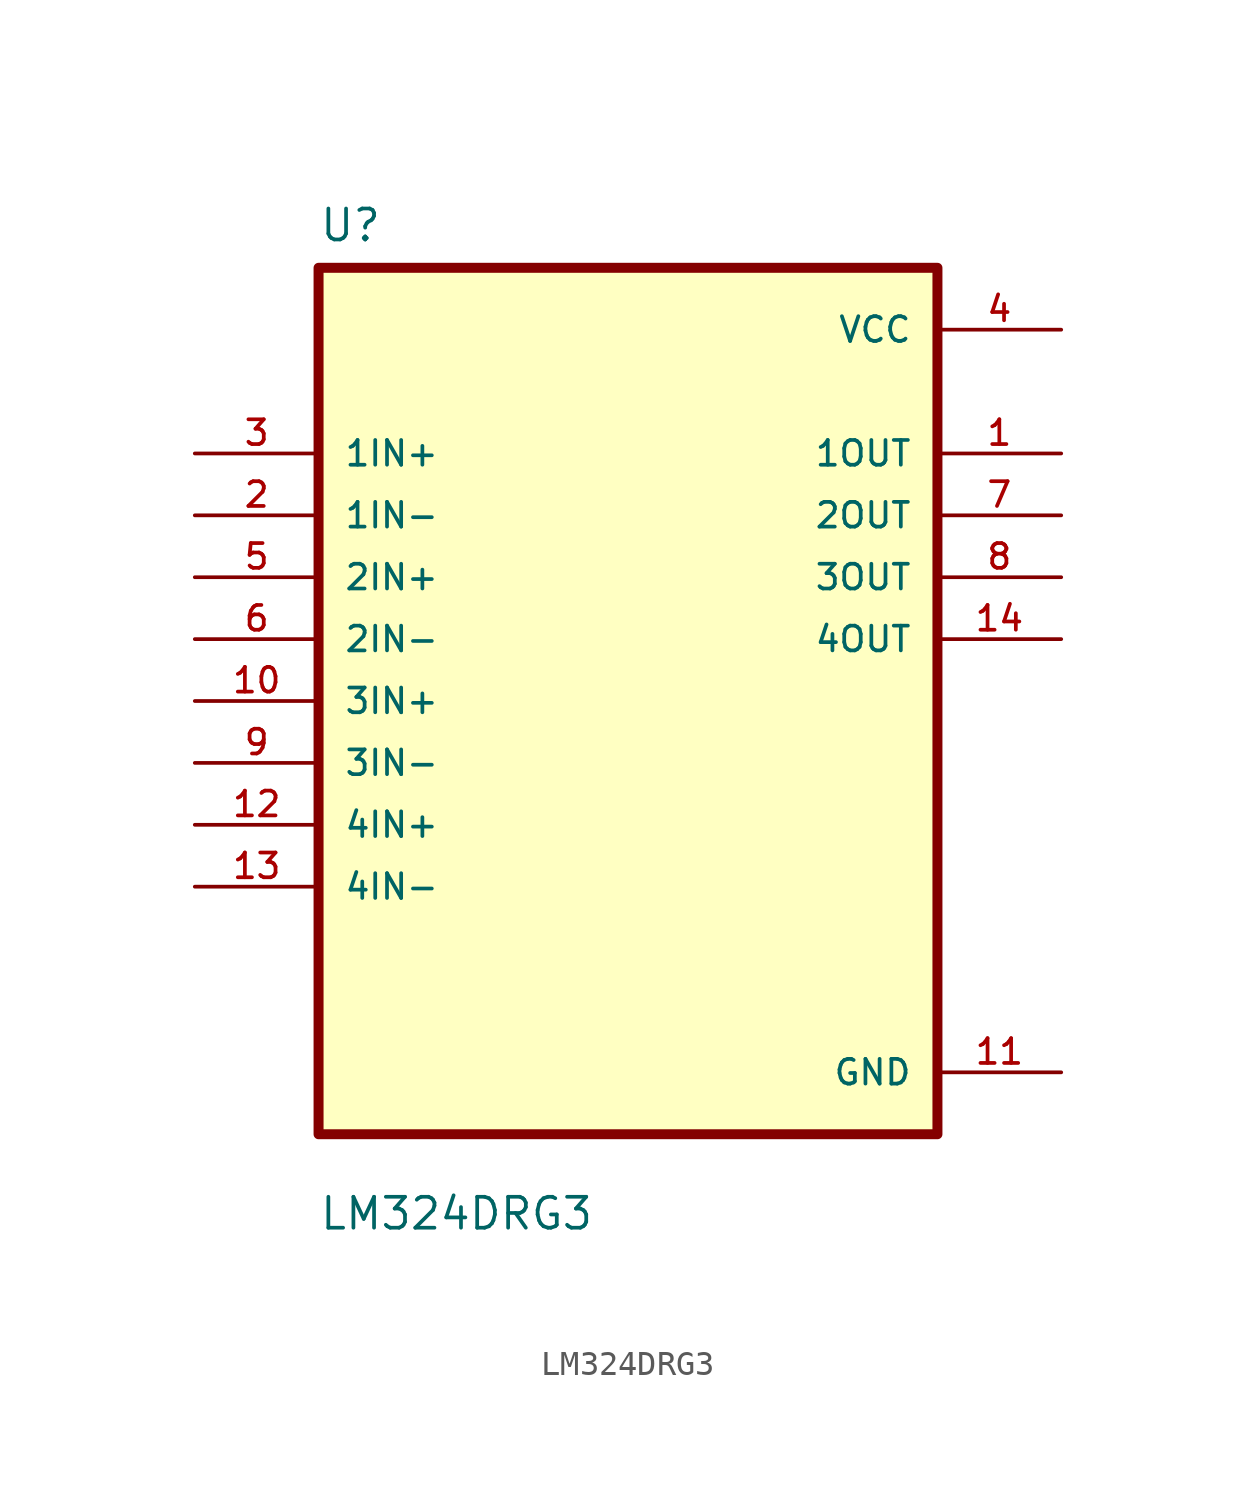
<source format=kicad_sym>
(kicad_symbol_lib
  (version 20211014)
  (generator kicad_symbol_editor)
  (symbol "LM324DRG3"
    (pin_names
      (offset 1.016))
    (property "Reference" "U"
      (at -12.7 18.78 0.0)
      (effects (font (size 1.27 1.27)) (justify bottom left)))
    (property "Value" "LM324DRG3"
      (at -12.7 -21.78 0.0)
      (effects (font (size 1.27 1.27)) (justify bottom left)))
    (symbol "LM324DRG3_0_0"
      (rectangle (start -12.7 -17.78) (end 12.7 17.78) (stroke (width 0.41)) (fill (type background)))
      (pin input line (at -17.78 10.16 0) (length 5.08) (name "1IN+" (effects (font (size 1.016 1.016)))) (number "3" (effects (font (size 1.016 1.016)))))
      (pin input line (at -17.78 7.62 0) (length 5.08) (name "1IN-" (effects (font (size 1.016 1.016)))) (number "2" (effects (font (size 1.016 1.016)))))
      (pin input line (at -17.78 5.08 0) (length 5.08) (name "2IN+" (effects (font (size 1.016 1.016)))) (number "5" (effects (font (size 1.016 1.016)))))
      (pin input line (at -17.78 2.54 0) (length 5.08) (name "2IN-" (effects (font (size 1.016 1.016)))) (number "6" (effects (font (size 1.016 1.016)))))
      (pin input line (at -17.78 0.0 0) (length 5.08) (name "3IN+" (effects (font (size 1.016 1.016)))) (number "10" (effects (font (size 1.016 1.016)))))
      (pin input line (at -17.78 -2.54 0) (length 5.08) (name "3IN-" (effects (font (size 1.016 1.016)))) (number "9" (effects (font (size 1.016 1.016)))))
      (pin input line (at -17.78 -5.08 0) (length 5.08) (name "4IN+" (effects (font (size 1.016 1.016)))) (number "12" (effects (font (size 1.016 1.016)))))
      (pin input line (at -17.78 -7.62 0) (length 5.08) (name "4IN-" (effects (font (size 1.016 1.016)))) (number "13" (effects (font (size 1.016 1.016)))))
      (pin power_in line (at 17.78 15.24 180.0) (length 5.08) (name "VCC" (effects (font (size 1.016 1.016)))) (number "4" (effects (font (size 1.016 1.016)))))
      (pin output line (at 17.78 10.16 180.0) (length 5.08) (name "1OUT" (effects (font (size 1.016 1.016)))) (number "1" (effects (font (size 1.016 1.016)))))
      (pin output line (at 17.78 7.62 180.0) (length 5.08) (name "2OUT" (effects (font (size 1.016 1.016)))) (number "7" (effects (font (size 1.016 1.016)))))
      (pin output line (at 17.78 5.08 180.0) (length 5.08) (name "3OUT" (effects (font (size 1.016 1.016)))) (number "8" (effects (font (size 1.016 1.016)))))
      (pin output line (at 17.78 2.54 180.0) (length 5.08) (name "4OUT" (effects (font (size 1.016 1.016)))) (number "14" (effects (font (size 1.016 1.016)))))
      (pin power_in line (at 17.78 -15.24 180.0) (length 5.08) (name "GND" (effects (font (size 1.016 1.016)))) (number "11" (effects (font (size 1.016 1.016))))))))
</source>
